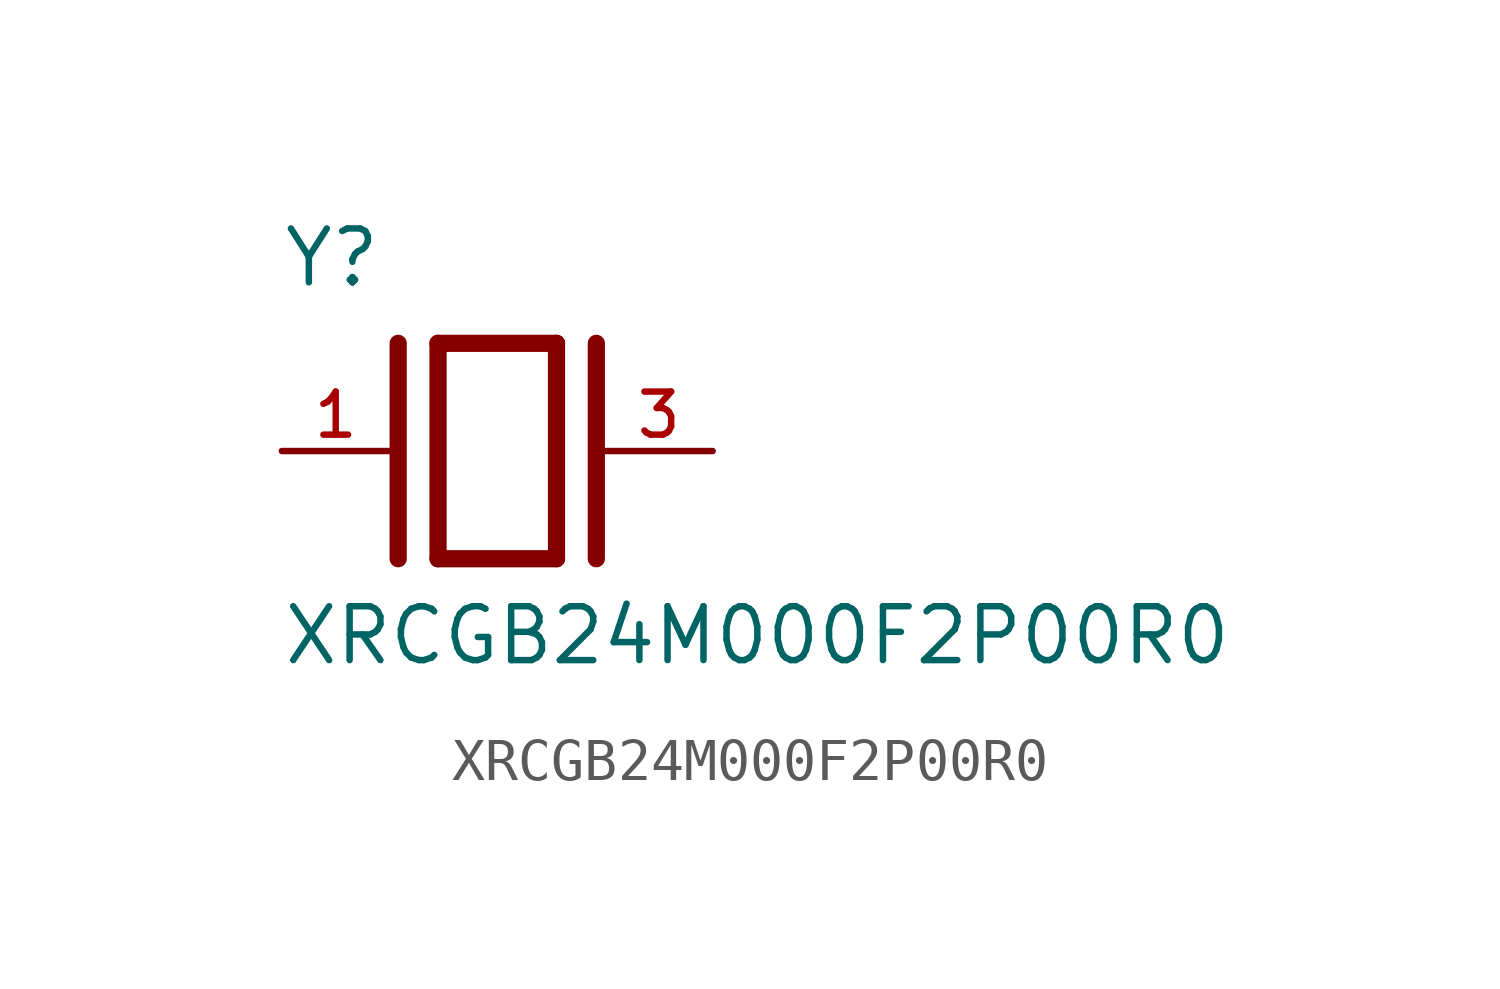
<source format=kicad_sym>
(kicad_symbol_lib
  (version 20211014)
  (generator kicad_symbol_editor)
  (symbol "XRCGB24M000F2P00R0"
    (pin_names
      (offset 1.016))
    (property "Reference" "Y"
      (at -5.088 3.816 0)
      (effects (font (size 1.27 1.27)) (justify bottom left)))
    (property "Value" "XRCGB24M000F2P00R0"
      (at -5.094 -5.094 0)
      (effects (font (size 1.27 1.27)) (justify bottom left)))
    (symbol "XRCGB24M000F2P00R0_0_0"
      (polyline (pts (xy -1.397 2.54) (xy 1.397 2.54)) (stroke (width 0.406)))
      (polyline (pts (xy 1.397 2.54) (xy 1.397 -2.54)) (stroke (width 0.406)))
      (polyline (pts (xy 1.397 -2.54) (xy -1.397 -2.54)) (stroke (width 0.406)))
      (polyline (pts (xy -1.397 2.54) (xy -1.397 -2.54)) (stroke (width 0.406)))
      (polyline (pts (xy 2.337 2.54) (xy 2.337 -2.54)) (stroke (width 0.406)))
      (polyline (pts (xy -2.337 2.54) (xy -2.337 -2.54)) (stroke (width 0.406)))
      (pin passive line (at 5.08 0.0 180.0) (length 2.54) (name "~" (effects (font (size 1.016 1.016)))) (number "3" (effects (font (size 1.016 1.016)))))
      (pin passive line (at -5.08 0.0 0) (length 2.54) (name "~" (effects (font (size 1.016 1.016)))) (number "1" (effects (font (size 1.016 1.016))))))))
</source>
